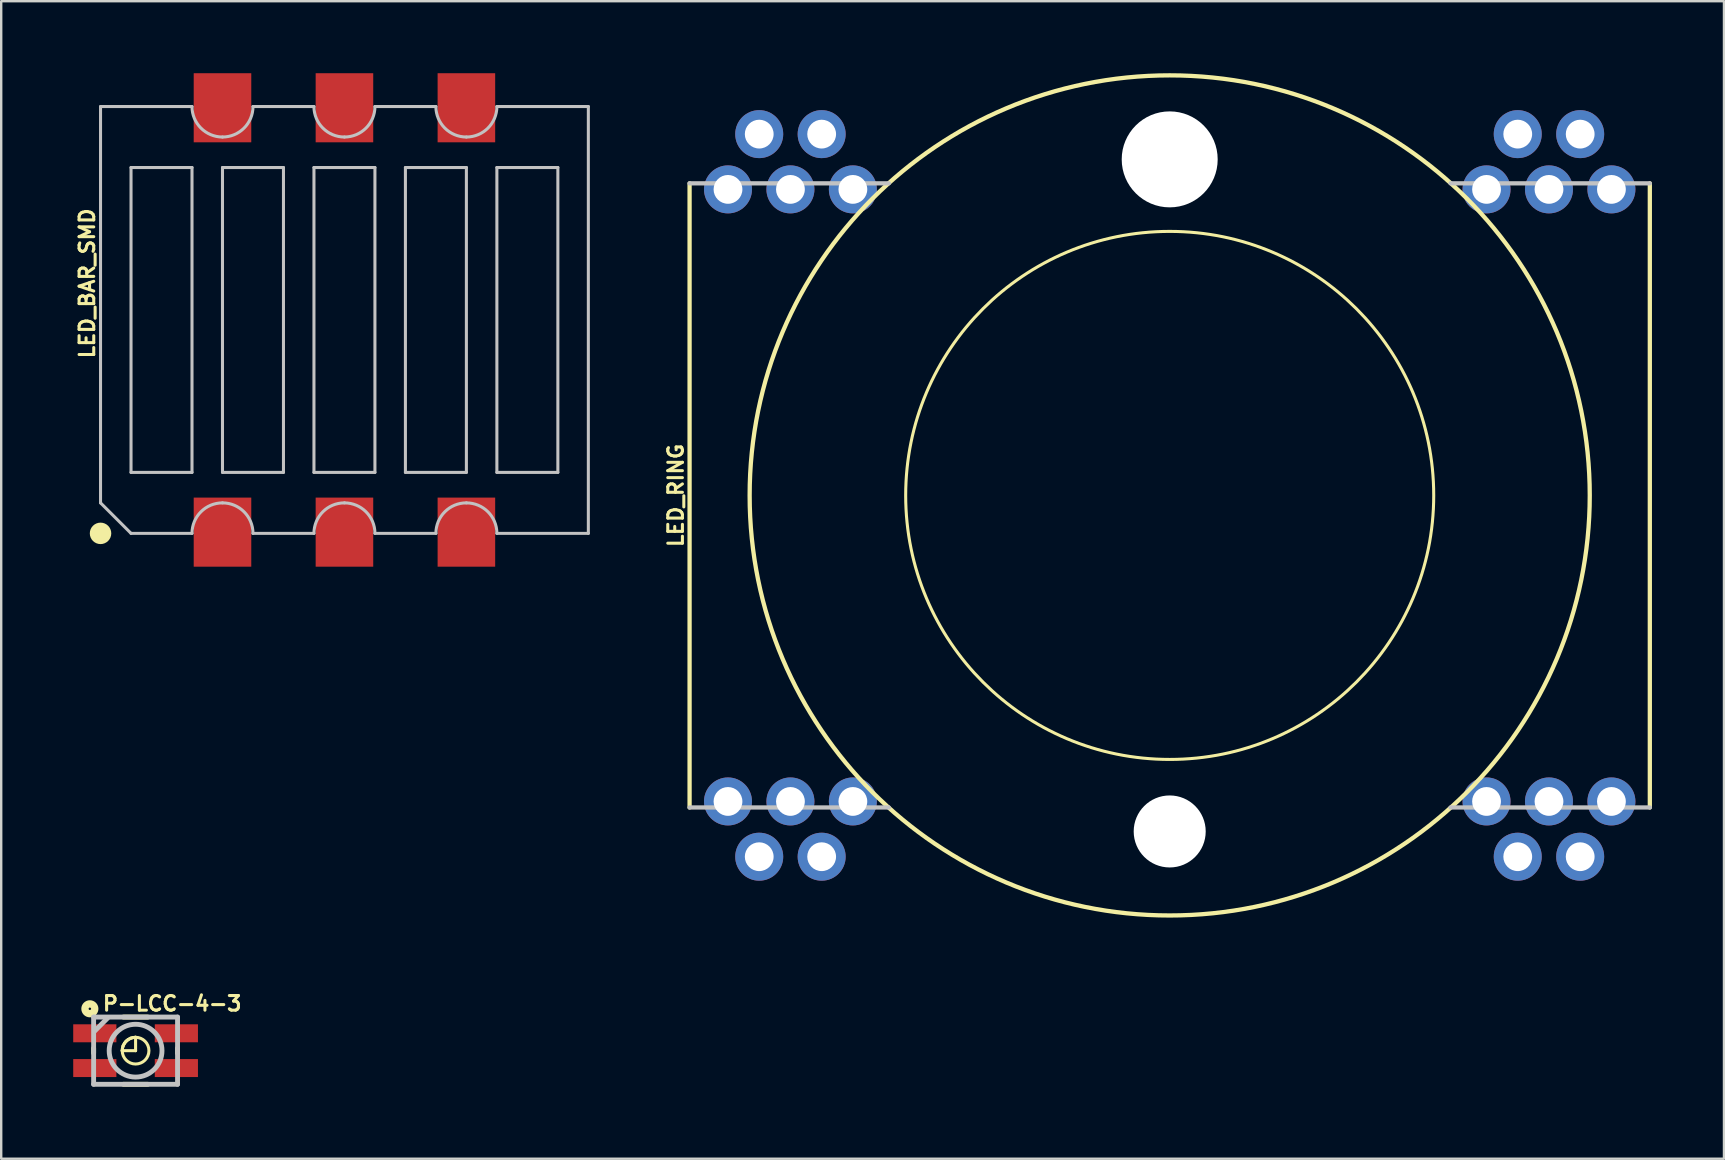
<source format=kicad_pcb>
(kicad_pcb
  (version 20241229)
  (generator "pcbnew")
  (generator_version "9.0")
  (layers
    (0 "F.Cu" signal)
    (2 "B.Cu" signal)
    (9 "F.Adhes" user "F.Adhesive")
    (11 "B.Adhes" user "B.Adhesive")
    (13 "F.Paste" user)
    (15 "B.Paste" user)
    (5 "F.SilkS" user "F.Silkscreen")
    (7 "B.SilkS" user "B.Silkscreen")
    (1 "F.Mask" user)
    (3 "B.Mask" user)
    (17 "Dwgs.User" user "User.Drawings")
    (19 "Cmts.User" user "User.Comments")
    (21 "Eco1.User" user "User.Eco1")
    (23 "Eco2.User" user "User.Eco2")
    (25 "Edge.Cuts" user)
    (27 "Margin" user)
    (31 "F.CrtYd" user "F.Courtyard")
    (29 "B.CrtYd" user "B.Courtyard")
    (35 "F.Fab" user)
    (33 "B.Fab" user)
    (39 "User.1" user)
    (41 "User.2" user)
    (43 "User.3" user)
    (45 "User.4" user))
  (footprint "LED_BAR_SMD"
    (layer "F.Cu")
    (at 11.298 10.278)
    (property "Reference" "LED_BAR_SMD" (at -10.719 -1.524 90) (layer "F.SilkS") (effects (font (size 0.61 0.61) (thickness 0.127))))
    (attr smd)
    (fp_circle (center -10.16 8.89) (end -10.16 8.443) (stroke (width 0) (type solid)) (fill yes) (layer "F.SilkS"))
    (fp_line (start -10.16 -8.89) (end -6.35 -8.89) (stroke (width 0.127) (type solid)) (layer "Dwgs.User"))
    (fp_line (start -10.16 7.62) (end -10.16 -8.89) (stroke (width 0.127) (type solid)) (layer "Dwgs.User"))
    (fp_line (start -10.16 7.62) (end -8.89 8.89) (stroke (width 0.127) (type solid)) (layer "Dwgs.User"))
    (fp_line (start -8.89 -6.35) (end -6.35 -6.35) (stroke (width 0.127) (type solid)) (layer "Dwgs.User"))
    (fp_line (start -8.89 6.35) (end -8.89 -6.35) (stroke (width 0.127) (type solid)) (layer "Dwgs.User"))
    (fp_line (start -8.89 8.89) (end -6.35 8.89) (stroke (width 0.127) (type solid)) (layer "Dwgs.User"))
    (fp_line (start -6.35 -6.35) (end -6.35 6.35) (stroke (width 0.127) (type solid)) (layer "Dwgs.User"))
    (fp_line (start -6.35 6.35) (end -8.89 6.35) (stroke (width 0.127) (type solid)) (layer "Dwgs.User"))
    (fp_line (start -5.08 -6.35) (end -2.54 -6.35) (stroke (width 0.127) (type solid)) (layer "Dwgs.User"))
    (fp_line (start -5.08 6.35) (end -5.08 -6.35) (stroke (width 0.127) (type solid)) (layer "Dwgs.User"))
    (fp_line (start -3.81 -8.89) (end -1.27 -8.89) (stroke (width 0.127) (type solid)) (layer "Dwgs.User"))
    (fp_line (start -3.81 8.89) (end -1.27 8.89) (stroke (width 0.127) (type solid)) (layer "Dwgs.User"))
    (fp_line (start -2.54 -6.35) (end -2.54 6.35) (stroke (width 0.127) (type solid)) (layer "Dwgs.User"))
    (fp_line (start -2.54 6.35) (end -5.08 6.35) (stroke (width 0.127) (type solid)) (layer "Dwgs.User"))
    (fp_line (start -1.27 -6.35) (end 1.27 -6.35) (stroke (width 0.127) (type solid)) (layer "Dwgs.User"))
    (fp_line (start -1.27 6.35) (end -1.27 -6.35) (stroke (width 0.127) (type solid)) (layer "Dwgs.User"))
    (fp_line (start 1.27 -8.89) (end 3.81 -8.89) (stroke (width 0.127) (type solid)) (layer "Dwgs.User"))
    (fp_line (start 1.27 -6.35) (end 1.27 6.35) (stroke (width 0.127) (type solid)) (layer "Dwgs.User"))
    (fp_line (start 1.27 6.35) (end -1.27 6.35) (stroke (width 0.127) (type solid)) (layer "Dwgs.User"))
    (fp_line (start 1.27 8.89) (end 3.81 8.89) (stroke (width 0.127) (type solid)) (layer "Dwgs.User"))
    (fp_line (start 2.54 -6.35) (end 5.08 -6.35) (stroke (width 0.127) (type solid)) (layer "Dwgs.User"))
    (fp_line (start 2.54 6.35) (end 2.54 -6.35) (stroke (width 0.127) (type solid)) (layer "Dwgs.User"))
    (fp_line (start 5.08 -6.35) (end 5.08 6.35) (stroke (width 0.127) (type solid)) (layer "Dwgs.User"))
    (fp_line (start 5.08 6.35) (end 2.54 6.35) (stroke (width 0.127) (type solid)) (layer "Dwgs.User"))
    (fp_line (start 6.35 -8.89) (end 10.16 -8.89) (stroke (width 0.127) (type solid)) (layer "Dwgs.User"))
    (fp_line (start 6.35 -6.35) (end 8.89 -6.35) (stroke (width 0.127) (type solid)) (layer "Dwgs.User"))
    (fp_line (start 6.35 6.35) (end 6.35 -6.35) (stroke (width 0.127) (type solid)) (layer "Dwgs.User"))
    (fp_line (start 6.35 8.89) (end 10.16 8.89) (stroke (width 0.127) (type solid)) (layer "Dwgs.User"))
    (fp_line (start 8.89 -6.35) (end 8.89 6.35) (stroke (width 0.127) (type solid)) (layer "Dwgs.User"))
    (fp_line (start 8.89 6.35) (end 6.35 6.35) (stroke (width 0.127) (type solid)) (layer "Dwgs.User"))
    (fp_line (start 10.16 -8.89) (end 10.16 8.89) (stroke (width 0.127) (type solid)) (layer "Dwgs.User"))
    (fp_arc (start -6.35 8.89) (mid -5.978026 7.991974) (end -5.08 7.62) (stroke (width 0.127) (type solid)) (layer "Dwgs.User"))
    (fp_arc (start -5.08 -7.62) (mid -5.978026 -7.991974) (end -6.35 -8.89) (stroke (width 0.127) (type solid)) (layer "Dwgs.User"))
    (fp_arc (start -5.08 7.62) (mid -4.181974 7.991974) (end -3.81 8.89) (stroke (width 0.127) (type solid)) (layer "Dwgs.User"))
    (fp_arc (start -3.81 -8.89) (mid -4.181974 -7.991974) (end -5.08 -7.62) (stroke (width 0.127) (type solid)) (layer "Dwgs.User"))
    (fp_arc (start -1.27 8.89) (mid -0.898026 7.991974) (end 0 7.62) (stroke (width 0.127) (type solid)) (layer "Dwgs.User"))
    (fp_arc (start 0 -7.62) (mid -0.898026 -7.991974) (end -1.27 -8.89) (stroke (width 0.127) (type solid)) (layer "Dwgs.User"))
    (fp_arc (start 0 7.62) (mid 0.898026 7.991974) (end 1.27 8.89) (stroke (width 0.127) (type solid)) (layer "Dwgs.User"))
    (fp_arc (start 1.27 -8.89) (mid 0.898026 -7.991974) (end 0 -7.62) (stroke (width 0.127) (type solid)) (layer "Dwgs.User"))
    (fp_arc (start 3.81 8.89) (mid 4.181974 7.991974) (end 5.08 7.62) (stroke (width 0.127) (type solid)) (layer "Dwgs.User"))
    (fp_arc (start 5.08 -7.62) (mid 4.181974 -7.991974) (end 3.81 -8.89) (stroke (width 0.127) (type solid)) (layer "Dwgs.User"))
    (fp_arc (start 5.08 7.62) (mid 5.978026 7.991974) (end 6.35 8.89) (stroke (width 0.127) (type solid)) (layer "Dwgs.User"))
    (fp_arc (start 6.35 -8.89) (mid 5.978026 -7.991974) (end 5.08 -7.62) (stroke (width 0.127) (type solid)) (layer "Dwgs.User"))
    (pad "1" smd rect (at -5.08 8.839 90) (size 2.878 2.398) (layers "F.Cu" "F.Mask" "F.Paste"))
    (pad "2" smd rect (at 0 8.839 90) (size 2.878 2.398) (layers "F.Cu" "F.Mask" "F.Paste"))
    (pad "3" smd rect (at 5.08 8.839 90) (size 2.878 2.398) (layers "F.Cu" "F.Mask" "F.Paste"))
    (pad "4" smd rect (at 5.08 -8.839 90) (size 2.878 2.398) (layers "F.Cu" "F.Mask" "F.Paste"))
    (pad "5" smd rect (at 0 -8.839 90) (size 2.878 2.398) (layers "F.Cu" "F.Mask" "F.Paste"))
    (pad "6" smd rect (at -5.08 -8.839 90) (size 2.878 2.398) (layers "F.Cu" "F.Mask" "F.Paste")))
  (footprint "LED_RING"
    (layer "F.Cu")
    (at 45.675 17.587)
    (property "Reference" "LED_RING" (at -20.574 0 90) (layer "F.SilkS") (effects (font (size 0.61 0.61) (thickness 0.127))))
    (attr exclude_from_pos_files exclude_from_bom)
    (fp_line (start -20 13) (end -20 -13) (stroke (width 0.178) (type solid)) (layer "F.SilkS"))
    (fp_line (start 20 13) (end 20 -13) (stroke (width 0.178) (type solid)) (layer "F.SilkS"))
    (fp_circle (center 0 0) (end 0 -17.498) (stroke (width 0.178) (type solid)) (fill no) (layer "F.SilkS"))
    (fp_circle (center 0 0) (end 0 -10.998) (stroke (width 0.127) (type solid)) (fill no) (layer "F.SilkS"))
    (fp_line (start -20 -13) (end -11.699 -13) (stroke (width 0.178) (type solid)) (layer "Dwgs.User"))
    (fp_line (start -20 13) (end -11.699 13) (stroke (width 0.178) (type solid)) (layer "Dwgs.User"))
    (fp_line (start 20 -13) (end 11.699 -13) (stroke (width 0.178) (type solid)) (layer "Dwgs.User"))
    (fp_line (start 20 13) (end 11.699 13) (stroke (width 0.178) (type solid)) (layer "Dwgs.User"))
    (pad "" np_thru_hole circle (at 0 -13.998) (size 3.998 3.998) (drill 3.998) (layers "*.Cu" "*.Mask"))
    (pad "" np_thru_hole circle (at 0 13.998) (size 3 3) (drill 3) (layers "*.Cu" "*.Mask"))
    (pad "1" thru_hole circle (at 13.198 -12.748) (size 1.999 1.999) (drill 1.199) (layers "*.Cu" "*.Paste" "*.Mask"))
    (pad "2" thru_hole circle (at 14.498 -15.05) (size 1.999 1.999) (drill 1.199) (layers "*.Cu" "*.Paste" "*.Mask"))
    (pad "3" thru_hole circle (at 15.799 -12.748) (size 1.999 1.999) (drill 1.199) (layers "*.Cu" "*.Paste" "*.Mask"))
    (pad "4" thru_hole circle (at 17.099 -15.05) (size 1.999 1.999) (drill 1.199) (layers "*.Cu" "*.Paste" "*.Mask"))
    (pad "5" thru_hole circle (at 17.099 15.05) (size 1.999 1.999) (drill 1.199) (layers "*.Cu" "*.Paste" "*.Mask"))
    (pad "6" thru_hole circle (at 15.799 12.748) (size 1.999 1.999) (drill 1.199) (layers "*.Cu" "*.Paste" "*.Mask"))
    (pad "7" thru_hole circle (at 14.498 15.05) (size 1.999 1.999) (drill 1.199) (layers "*.Cu" "*.Paste" "*.Mask"))
    (pad "8" thru_hole circle (at 13.198 12.748) (size 1.999 1.999) (drill 1.199) (layers "*.Cu" "*.Paste" "*.Mask"))
    (pad "9" thru_hole circle (at -13.198 12.748) (size 1.999 1.999) (drill 1.199) (layers "*.Cu" "*.Paste" "*.Mask"))
    (pad "10" thru_hole circle (at -14.498 15.05) (size 1.999 1.999) (drill 1.199) (layers "*.Cu" "*.Paste" "*.Mask"))
    (pad "11" thru_hole circle (at -15.799 12.748) (size 1.999 1.999) (drill 1.199) (layers "*.Cu" "*.Paste" "*.Mask"))
    (pad "12" thru_hole circle (at -17.099 15.05) (size 1.999 1.999) (drill 1.199) (layers "*.Cu" "*.Paste" "*.Mask"))
    (pad "13" thru_hole circle (at -17.099 -15.05) (size 1.999 1.999) (drill 1.199) (layers "*.Cu" "*.Paste" "*.Mask"))
    (pad "14" thru_hole circle (at -15.799 -12.748) (size 1.999 1.999) (drill 1.199) (layers "*.Cu" "*.Paste" "*.Mask"))
    (pad "15" thru_hole circle (at -14.498 -15.05) (size 1.999 1.999) (drill 1.199) (layers "*.Cu" "*.Paste" "*.Mask"))
    (pad "16" thru_hole circle (at -13.198 -12.748) (size 1.999 1.999) (drill 1.199) (layers "*.Cu" "*.Paste" "*.Mask"))
    (pad "COM0" thru_hole circle (at 18.4 -12.748) (size 1.999 1.999) (drill 1.199) (layers "*.Cu" "*.Paste" "*.Mask"))
    (pad "COM1" thru_hole circle (at 18.4 12.748) (size 1.999 1.999) (drill 1.199) (layers "*.Cu" "*.Paste" "*.Mask"))
    (pad "COM2" thru_hole circle (at -18.4 12.748) (size 1.999 1.999) (drill 1.199) (layers "*.Cu" "*.Paste" "*.Mask"))
    (pad "COM3" thru_hole circle (at -18.4 -12.748) (size 1.999 1.999) (drill 1.199) (layers "*.Cu" "*.Paste" "*.Mask")))
  (footprint "P-LCC-4-3"
    (layer "F.Cu")
    (at 2.598 40.717)
    (property "Reference" "P-LCC-4-3" (at 1.524 -1.963 0) (layer "F.SilkS") (effects (font (size 0.61 0.61) (thickness 0.127))))
    (attr smd)
    (fp_line (start -1.748 0.102) (end -1.748 -0.102) (stroke (width 0.203) (type solid)) (layer "F.SilkS"))
    (fp_line (start -0.559 0) (end 0 0) (stroke (width 0.127) (type solid)) (layer "F.SilkS"))
    (fp_line (start -0.546 -0.107) (end -0.559 0) (stroke (width 0.127) (type solid)) (layer "F.SilkS"))
    (fp_line (start -0.516 -0.213) (end -0.546 -0.107) (stroke (width 0.127) (type solid)) (layer "F.SilkS"))
    (fp_line (start -0.508 -1.4) (end 0.508 -1.4) (stroke (width 0.203) (type solid)) (layer "F.SilkS"))
    (fp_line (start -0.508 1.4) (end 0.508 1.4) (stroke (width 0.203) (type solid)) (layer "F.SilkS"))
    (fp_line (start -0.462 -0.31) (end -0.516 -0.213) (stroke (width 0.127) (type solid)) (layer "F.SilkS"))
    (fp_line (start -0.394 -0.394) (end -0.462 -0.31) (stroke (width 0.127) (type solid)) (layer "F.SilkS"))
    (fp_line (start -0.31 -0.462) (end -0.394 -0.394) (stroke (width 0.127) (type solid)) (layer "F.SilkS"))
    (fp_line (start -0.213 -0.516) (end -0.31 -0.462) (stroke (width 0.127) (type solid)) (layer "F.SilkS"))
    (fp_line (start -0.107 -0.546) (end -0.213 -0.516) (stroke (width 0.127) (type solid)) (layer "F.SilkS"))
    (fp_line (start 0 -0.559) (end -0.107 -0.546) (stroke (width 0.127) (type solid)) (layer "F.SilkS"))
    (fp_line (start 0 0) (end 0 -0.559) (stroke (width 0.127) (type solid)) (layer "F.SilkS"))
    (fp_line (start 1.748 0.102) (end 1.748 -0.102) (stroke (width 0.203) (type solid)) (layer "F.SilkS"))
    (fp_circle (center -1.905 -1.745) (end -1.905 -1.796) (stroke (width 0.305) (type solid)) (fill no) (layer "F.SilkS"))
    (fp_circle (center 0 0) (end 0 -0.556) (stroke (width 0.127) (type solid)) (fill no) (layer "F.SilkS"))
    (fp_line (start -1.748 -1.4) (end -1.748 1.4) (stroke (width 0.203) (type solid)) (layer "Dwgs.User"))
    (fp_line (start -1.748 1.4) (end 1.748 1.4) (stroke (width 0.203) (type solid)) (layer "Dwgs.User"))
    (fp_line (start -1.166 -1.359) (end -1.714 -0.808) (stroke (width 0.203) (type solid)) (layer "Dwgs.User"))
    (fp_line (start 1.748 -1.4) (end -1.748 -1.4) (stroke (width 0.203) (type solid)) (layer "Dwgs.User"))
    (fp_line (start 1.748 1.4) (end 1.748 -1.4) (stroke (width 0.203) (type solid)) (layer "Dwgs.User"))
    (fp_circle (center 0 0) (end 0 -1.1) (stroke (width 0.203) (type solid)) (fill no) (layer "Dwgs.User"))
    (pad "1" smd rect (at -1.699 -0.724 90) (size 0.749 1.798) (layers "F.Cu" "F.Mask" "F.Paste"))
    (pad "2" smd rect (at -1.699 0.724 90) (size 0.749 1.798) (layers "F.Cu" "F.Mask" "F.Paste"))
    (pad "3" smd rect (at 1.699 0.724 90) (size 0.749 1.798) (layers "F.Cu" "F.Mask" "F.Paste"))
    (pad "4" smd rect (at 1.699 -0.724 90) (size 0.749 1.798) (layers "F.Cu" "F.Mask" "F.Paste")))
  (gr_rect
    (start -3 -3)
    (end 68.764 45.218)
    (stroke (width 0.1) (type default))
    (fill no)
    (layer "Edge.Cuts")))
</source>
